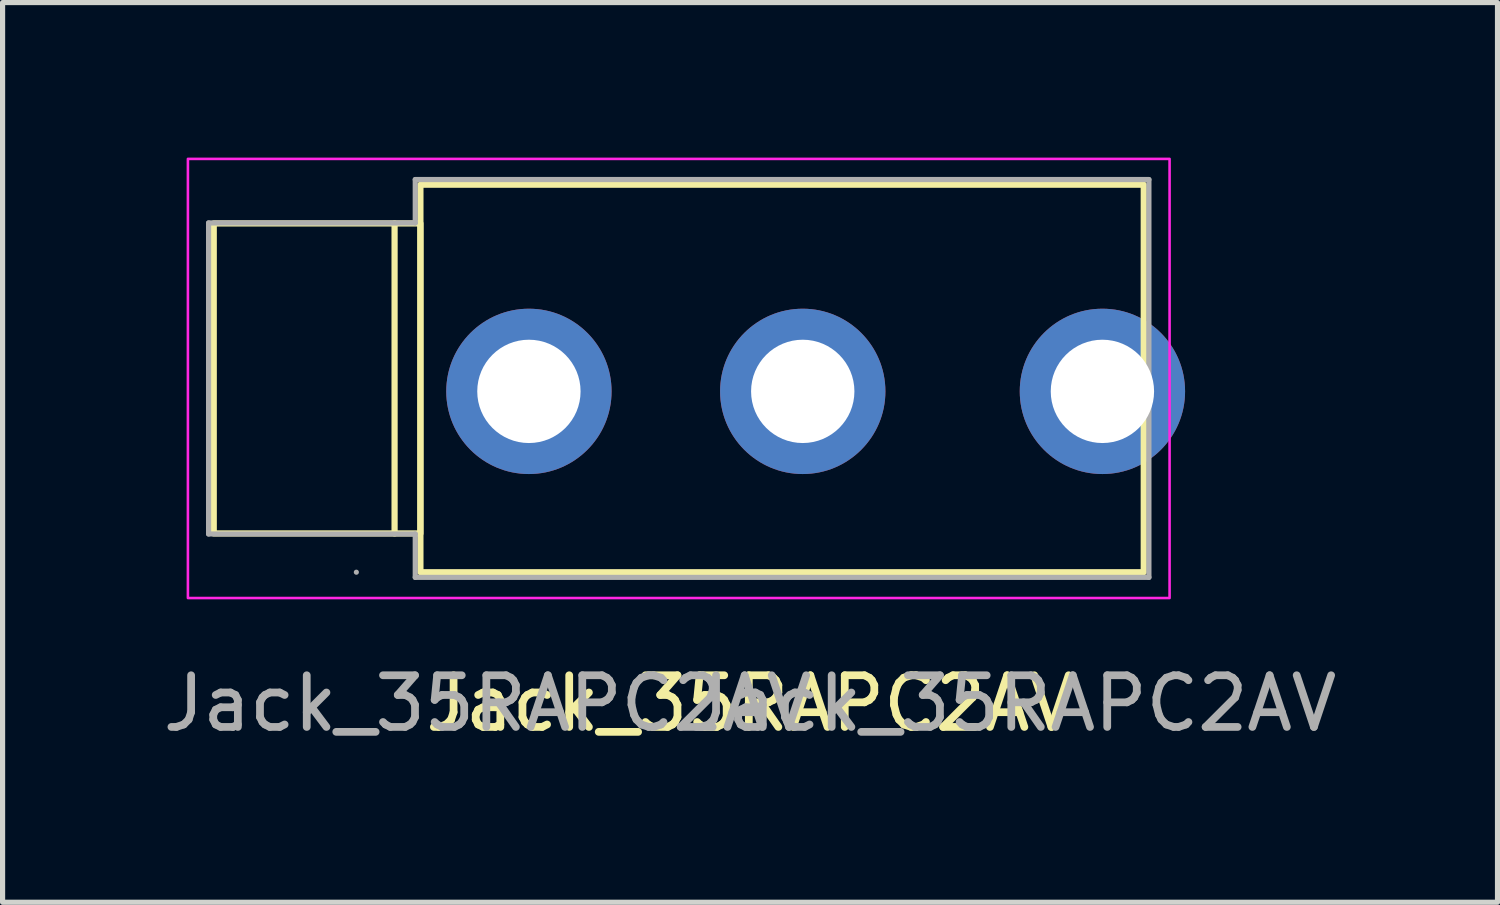
<source format=kicad_pcb>
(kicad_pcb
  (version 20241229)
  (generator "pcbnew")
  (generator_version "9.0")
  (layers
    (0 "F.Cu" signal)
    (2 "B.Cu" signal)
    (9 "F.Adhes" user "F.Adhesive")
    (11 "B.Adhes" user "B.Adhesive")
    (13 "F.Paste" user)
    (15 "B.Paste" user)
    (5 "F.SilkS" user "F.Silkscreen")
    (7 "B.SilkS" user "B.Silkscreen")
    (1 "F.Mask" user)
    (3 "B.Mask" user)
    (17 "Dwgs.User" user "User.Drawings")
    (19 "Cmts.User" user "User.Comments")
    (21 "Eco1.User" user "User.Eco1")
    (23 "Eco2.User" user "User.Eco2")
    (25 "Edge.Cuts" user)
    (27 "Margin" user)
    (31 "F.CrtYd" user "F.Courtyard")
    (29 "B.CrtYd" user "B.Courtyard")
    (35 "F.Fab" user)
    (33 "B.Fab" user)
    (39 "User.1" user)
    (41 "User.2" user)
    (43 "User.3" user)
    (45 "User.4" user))
  (footprint "Jack_35RAPC2AV"
    (layer "F.Cu")
    (at 9.947 7.065)
    (property "Reference" "Jack_35RAPC2AV" (at 1.52 3.5 0) (unlocked yes) (layer "F.SilkS") (effects (font (size 1 1) (thickness 0.15))))
    (attr smd)
    (fp_line (start -5.36 -5.79) (end -5.36 0.21) (stroke (width 0.12) (type solid)) (layer "F.SilkS"))
    (fp_rect (start -4.86 -5.79) (end -8.86 0.21) (stroke (width 0.12) (type solid)) (fill no) (layer "F.SilkS"))
    (fp_rect (start 9.14 0.96) (end -4.86 -6.54) (stroke (width 0.12) (type solid)) (fill no) (layer "F.SilkS"))
    (fp_rect (start 9.64 -7.04) (end -9.36 1.46) (stroke (width 0.05) (type solid)) (fill no) (layer "F.CrtYd"))
    (fp_line (start -8.96 -5.8) (end -4.96 -5.8) (stroke (width 0.1) (type solid)) (layer "F.Fab"))
    (fp_line (start -8.96 0.22) (end -8.96 -5.8) (stroke (width 0.1) (type solid)) (layer "F.Fab"))
    (fp_line (start -6.1 0.96) (end -6.1 0.96) (stroke (width 0.1) (type solid)) (layer "F.Fab"))
    (fp_line (start -4.96 -6.64) (end -4.96 -5.8) (stroke (width 0.1) (type solid)) (layer "F.Fab"))
    (fp_line (start -4.96 -6.64) (end 9.24 -6.64) (stroke (width 0.1) (type solid)) (layer "F.Fab"))
    (fp_line (start -4.96 0.22) (end -8.96 0.22) (stroke (width 0.1) (type solid)) (layer "F.Fab"))
    (fp_line (start -4.96 1.06) (end -4.96 0.22) (stroke (width 0.1) (type solid)) (layer "F.Fab"))
    (fp_line (start 9.24 -6.64) (end 9.24 1.06) (stroke (width 0.1) (type solid)) (layer "F.Fab"))
    (fp_line (start 9.24 1.06) (end -4.96 1.06) (stroke (width 0.1) (type solid)) (layer "F.Fab"))
    (fp_text user "${REFERENCE}" (at 6.6 3.5 180) (layer "F.Fab") (effects (font (size 1 1) (thickness 0.15))))
    (fp_text user "${REFERENCE}" (at -3.56 3.5 0) (unlocked yes) (layer "F.Fab") (effects (font (size 1 1) (thickness 0.15))))
    (pad "G" thru_hole circle (at -2.76 -2.54 90) (size 3.2 3.2) (drill 2) (layers "*.Cu" "*.Mask"))
    (pad "T" thru_hole circle (at 2.54 -2.54 90) (size 3.2 3.2) (drill 2) (layers "*.Cu" "*.Mask"))
    (pad "TN" thru_hole circle (at 8.34 -2.54 90) (size 3.2 3.2) (drill 2) (layers "*.Cu" "*.Mask")))
  (gr_rect
    (start -3 -3)
    (end 25.934 14.413)
    (stroke (width 0.1) (type default))
    (fill no)
    (layer "Edge.Cuts")))
</source>
